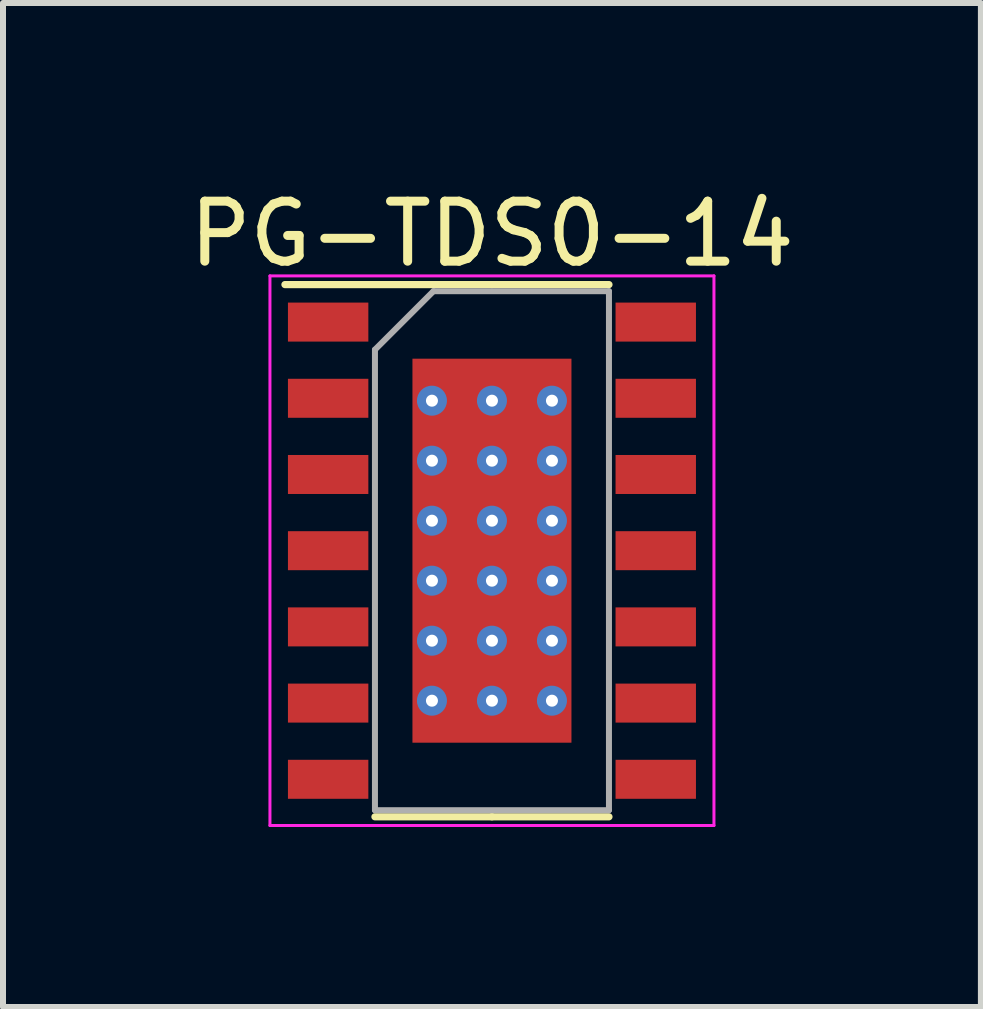
<source format=kicad_pcb>
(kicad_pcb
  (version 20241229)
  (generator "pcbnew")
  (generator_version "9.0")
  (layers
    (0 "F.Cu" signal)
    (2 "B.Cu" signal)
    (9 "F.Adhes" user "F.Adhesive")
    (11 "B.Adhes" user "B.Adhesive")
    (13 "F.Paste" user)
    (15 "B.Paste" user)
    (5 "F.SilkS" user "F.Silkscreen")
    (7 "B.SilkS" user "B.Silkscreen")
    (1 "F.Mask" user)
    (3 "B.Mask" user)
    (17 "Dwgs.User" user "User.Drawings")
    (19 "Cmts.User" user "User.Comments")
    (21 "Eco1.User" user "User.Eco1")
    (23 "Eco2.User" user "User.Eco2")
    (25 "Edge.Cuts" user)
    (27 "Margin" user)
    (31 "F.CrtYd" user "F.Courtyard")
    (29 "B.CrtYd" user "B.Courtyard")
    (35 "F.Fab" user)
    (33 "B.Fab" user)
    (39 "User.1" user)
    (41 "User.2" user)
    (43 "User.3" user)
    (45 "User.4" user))
  (footprint "PG-TDS0-14"
    (layer "F.Cu")
    (at 5.149 6.128)
    (property "Reference" "PG-TDS0-14" (at 0 -5.28 0) (layer "F.SilkS") (effects (font (size 1 1) (thickness 0.15))))
    (attr smd)
    (fp_line (start 0 -4.435) (end -3.45 -4.435) (stroke (width 0.12) (type solid)) (layer "F.SilkS"))
    (fp_line (start 0 -4.435) (end 1.95 -4.435) (stroke (width 0.12) (type solid)) (layer "F.SilkS"))
    (fp_line (start 0 4.435) (end -1.95 4.435) (stroke (width 0.12) (type solid)) (layer "F.SilkS"))
    (fp_line (start 0 4.435) (end 1.95 4.435) (stroke (width 0.12) (type solid)) (layer "F.SilkS"))
    (fp_line (start -3.7 -4.58) (end -3.7 4.58) (stroke (width 0.05) (type solid)) (layer "F.CrtYd"))
    (fp_line (start -3.7 4.58) (end 3.7 4.58) (stroke (width 0.05) (type solid)) (layer "F.CrtYd"))
    (fp_line (start 3.7 -4.58) (end -3.7 -4.58) (stroke (width 0.05) (type solid)) (layer "F.CrtYd"))
    (fp_line (start 3.7 4.58) (end 3.7 -4.58) (stroke (width 0.05) (type solid)) (layer "F.CrtYd"))
    (fp_line (start -1.95 -3.35) (end -0.975 -4.325) (stroke (width 0.1) (type solid)) (layer "F.Fab"))
    (fp_line (start -1.95 4.325) (end -1.95 -3.35) (stroke (width 0.1) (type solid)) (layer "F.Fab"))
    (fp_line (start -0.975 -4.325) (end 1.95 -4.325) (stroke (width 0.1) (type solid)) (layer "F.Fab"))
    (fp_line (start 1.95 -4.325) (end 1.95 4.325) (stroke (width 0.1) (type solid)) (layer "F.Fab"))
    (fp_line (start 1.95 4.325) (end -1.95 4.325) (stroke (width 0.1) (type solid)) (layer "F.Fab"))
    (pad "" smd roundrect (at -1.2 -2.875) (size 0.2 0.575) (layers "F.Paste") (roundrect_rratio 0.3))
    (pad "" smd roundrect (at -1.2 -2) (size 0.2 0.8) (layers "F.Paste") (roundrect_rratio 0.3))
    (pad "" smd roundrect (at -1.2 -1) (size 0.2 0.8) (layers "F.Paste") (roundrect_rratio 0.3))
    (pad "" smd roundrect (at -1.2 0) (size 0.2 0.8) (layers "F.Paste") (roundrect_rratio 0.3))
    (pad "" smd roundrect (at -1.2 1) (size 0.2 0.8) (layers "F.Paste") (roundrect_rratio 0.3))
    (pad "" smd roundrect (at -1.2 2) (size 0.2 0.8) (layers "F.Paste") (roundrect_rratio 0.3))
    (pad "" smd roundrect (at -1.2 2.875) (size 0.2 0.575) (layers "F.Paste") (roundrect_rratio 0.3))
    (pad "" smd roundrect (at -0.5 -2.875) (size 0.8 0.575) (layers "F.Paste") (roundrect_rratio 0.2))
    (pad "" smd roundrect (at -0.5 -2) (size 0.8 0.8) (layers "F.Paste") (roundrect_rratio 0.2))
    (pad "" smd roundrect (at -0.5 -1) (size 0.8 0.8) (layers "F.Paste") (roundrect_rratio 0.2))
    (pad "" smd roundrect (at -0.5 0) (size 0.8 0.8) (layers "F.Paste") (roundrect_rratio 0.2))
    (pad "" smd roundrect (at -0.5 1) (size 0.8 0.8) (layers "F.Paste") (roundrect_rratio 0.2))
    (pad "" smd roundrect (at -0.5 2) (size 0.8 0.8) (layers "F.Paste") (roundrect_rratio 0.2))
    (pad "" smd roundrect (at -0.5 2.875) (size 0.8 0.575) (layers "F.Paste") (roundrect_rratio 0.2))
    (pad "" smd roundrect (at 0.5 -2.875) (size 0.8 0.575) (layers "F.Paste") (roundrect_rratio 0.2))
    (pad "" smd roundrect (at 0.5 -2) (size 0.8 0.8) (layers "F.Paste") (roundrect_rratio 0.2))
    (pad "" smd roundrect (at 0.5 -1) (size 0.8 0.8) (layers "F.Paste") (roundrect_rratio 0.2))
    (pad "" smd roundrect (at 0.5 0) (size 0.8 0.8) (layers "F.Paste") (roundrect_rratio 0.2))
    (pad "" smd roundrect (at 0.5 1) (size 0.8 0.8) (layers "F.Paste") (roundrect_rratio 0.2))
    (pad "" smd roundrect (at 0.5 2) (size 0.8 0.8) (layers "F.Paste") (roundrect_rratio 0.2))
    (pad "" smd roundrect (at 0.5 2.875) (size 0.8 0.575) (layers "F.Paste") (roundrect_rratio 0.2))
    (pad "" smd roundrect (at 1.2 -2.865) (size 0.2 0.575) (layers "F.Paste") (roundrect_rratio 0.3))
    (pad "" smd roundrect (at 1.2 -1.99) (size 0.2 0.8) (layers "F.Paste") (roundrect_rratio 0.3))
    (pad "" smd roundrect (at 1.2 -0.99) (size 0.2 0.8) (layers "F.Paste") (roundrect_rratio 0.3))
    (pad "" smd roundrect (at 1.2 0.01) (size 0.2 0.8) (layers "F.Paste") (roundrect_rratio 0.3))
    (pad "" smd roundrect (at 1.2 1.01) (size 0.2 0.8) (layers "F.Paste") (roundrect_rratio 0.3))
    (pad "" smd roundrect (at 1.2 2.01) (size 0.2 0.8) (layers "F.Paste") (roundrect_rratio 0.3))
    (pad "" smd roundrect (at 1.2 2.885) (size 0.2 0.575) (layers "F.Paste") (roundrect_rratio 0.3))
    (pad "1" smd rect (at -2.73 -3.81) (size 1.34 0.65) (layers "F.Cu" "F.Mask" "F.Paste"))
    (pad "2" smd rect (at -2.73 -2.54) (size 1.34 0.65) (layers "F.Cu" "F.Mask" "F.Paste"))
    (pad "3" smd rect (at -2.73 -1.27) (size 1.34 0.65) (layers "F.Cu" "F.Mask" "F.Paste"))
    (pad "4" smd rect (at -2.73 0) (size 1.34 0.65) (layers "F.Cu" "F.Mask" "F.Paste"))
    (pad "5" smd rect (at -2.73 1.27) (size 1.34 0.65) (layers "F.Cu" "F.Mask" "F.Paste"))
    (pad "6" smd rect (at -2.73 2.54) (size 1.34 0.65) (layers "F.Cu" "F.Mask" "F.Paste"))
    (pad "7" smd rect (at -2.73 3.81) (size 1.34 0.65) (layers "F.Cu" "F.Mask" "F.Paste"))
    (pad "8" smd rect (at 2.73 3.81) (size 1.34 0.65) (layers "F.Cu" "F.Mask" "F.Paste"))
    (pad "9" smd rect (at 2.73 2.54) (size 1.34 0.65) (layers "F.Cu" "F.Mask" "F.Paste"))
    (pad "10" smd rect (at 2.73 1.27) (size 1.34 0.65) (layers "F.Cu" "F.Mask" "F.Paste"))
    (pad "11" smd rect (at 2.73 0) (size 1.34 0.65) (layers "F.Cu" "F.Mask" "F.Paste"))
    (pad "12" smd rect (at 2.73 -1.27) (size 1.34 0.65) (layers "F.Cu" "F.Mask" "F.Paste"))
    (pad "13" smd rect (at 2.73 -2.54) (size 1.34 0.65) (layers "F.Cu" "F.Mask" "F.Paste"))
    (pad "14" smd rect (at 2.73 -3.81) (size 1.34 0.65) (layers "F.Cu" "F.Mask" "F.Paste"))
    (pad "15" thru_hole circle (at -1 -2.5) (size 0.5 0.5) (drill 0.2) (property pad_prop_heatsink) (layers "*.Cu") (remove_unused_layers yes) (keep_end_layers yes) (zone_layer_connections))
    (pad "15" thru_hole circle (at -1 -1.5) (size 0.5 0.5) (drill 0.2) (property pad_prop_heatsink) (layers "*.Cu") (remove_unused_layers yes) (keep_end_layers yes) (zone_layer_connections))
    (pad "15" thru_hole circle (at -1 -0.5) (size 0.5 0.5) (drill 0.2) (property pad_prop_heatsink) (layers "*.Cu") (remove_unused_layers yes) (keep_end_layers yes) (zone_layer_connections))
    (pad "15" thru_hole circle (at -1 0.5) (size 0.5 0.5) (drill 0.2) (property pad_prop_heatsink) (layers "*.Cu") (remove_unused_layers yes) (keep_end_layers yes) (zone_layer_connections))
    (pad "15" thru_hole circle (at -1 1.5) (size 0.5 0.5) (drill 0.2) (property pad_prop_heatsink) (layers "*.Cu") (remove_unused_layers yes) (keep_end_layers yes) (zone_layer_connections))
    (pad "15" thru_hole circle (at -1 2.5) (size 0.5 0.5) (drill 0.2) (property pad_prop_heatsink) (layers "*.Cu") (remove_unused_layers yes) (keep_end_layers yes) (zone_layer_connections))
    (pad "15" thru_hole circle (at 0 -2.5) (size 0.5 0.5) (drill 0.2) (property pad_prop_heatsink) (layers "*.Cu") (remove_unused_layers yes) (keep_end_layers yes) (zone_layer_connections))
    (pad "15" thru_hole circle (at 0 -1.5) (size 0.5 0.5) (drill 0.2) (property pad_prop_heatsink) (layers "*.Cu") (remove_unused_layers yes) (keep_end_layers yes) (zone_layer_connections))
    (pad "15" thru_hole circle (at 0 -0.5) (size 0.5 0.5) (drill 0.2) (property pad_prop_heatsink) (layers "*.Cu") (remove_unused_layers yes) (keep_end_layers yes) (zone_layer_connections))
    (pad "15" smd custom (at 0 0) (size 2.65 6.4) (layers "F.Cu" "F.Mask") (options (anchor rect)) (primitives (gr_bbox (start -0.75 -0.75) (end 0.75 0.75) (fill no))))
    (pad "15" thru_hole circle (at 0 0.5) (size 0.5 0.5) (drill 0.2) (property pad_prop_heatsink) (layers "*.Cu") (remove_unused_layers yes) (keep_end_layers yes) (zone_layer_connections))
    (pad "15" thru_hole circle (at 0 1.5) (size 0.5 0.5) (drill 0.2) (property pad_prop_heatsink) (layers "*.Cu") (remove_unused_layers yes) (keep_end_layers yes) (zone_layer_connections))
    (pad "15" thru_hole circle (at 0 2.5) (size 0.5 0.5) (drill 0.2) (property pad_prop_heatsink) (layers "*.Cu") (remove_unused_layers yes) (keep_end_layers yes) (zone_layer_connections))
    (pad "15" thru_hole circle (at 1 -2.5) (size 0.5 0.5) (drill 0.2) (property pad_prop_heatsink) (layers "*.Cu") (remove_unused_layers yes) (keep_end_layers yes) (zone_layer_connections))
    (pad "15" thru_hole circle (at 1 -1.5) (size 0.5 0.5) (drill 0.2) (property pad_prop_heatsink) (layers "*.Cu") (remove_unused_layers yes) (keep_end_layers yes) (zone_layer_connections))
    (pad "15" thru_hole circle (at 1 -0.5) (size 0.5 0.5) (drill 0.2) (property pad_prop_heatsink) (layers "*.Cu") (remove_unused_layers yes) (keep_end_layers yes) (zone_layer_connections))
    (pad "15" thru_hole circle (at 1 0.5) (size 0.5 0.5) (drill 0.2) (property pad_prop_heatsink) (layers "*.Cu") (remove_unused_layers yes) (keep_end_layers yes) (zone_layer_connections))
    (pad "15" thru_hole circle (at 1 1.5) (size 0.5 0.5) (drill 0.2) (property pad_prop_heatsink) (layers "*.Cu") (remove_unused_layers yes) (keep_end_layers yes) (zone_layer_connections))
    (pad "15" thru_hole circle (at 1 2.5) (size 0.5 0.5) (drill 0.2) (property pad_prop_heatsink) (layers "*.Cu") (remove_unused_layers yes) (keep_end_layers yes) (zone_layer_connections)))
  (gr_rect
    (start -3 -3)
    (end 13.298 13.733)
    (stroke (width 0.1) (type default))
    (fill no)
    (layer "Edge.Cuts")))
</source>
